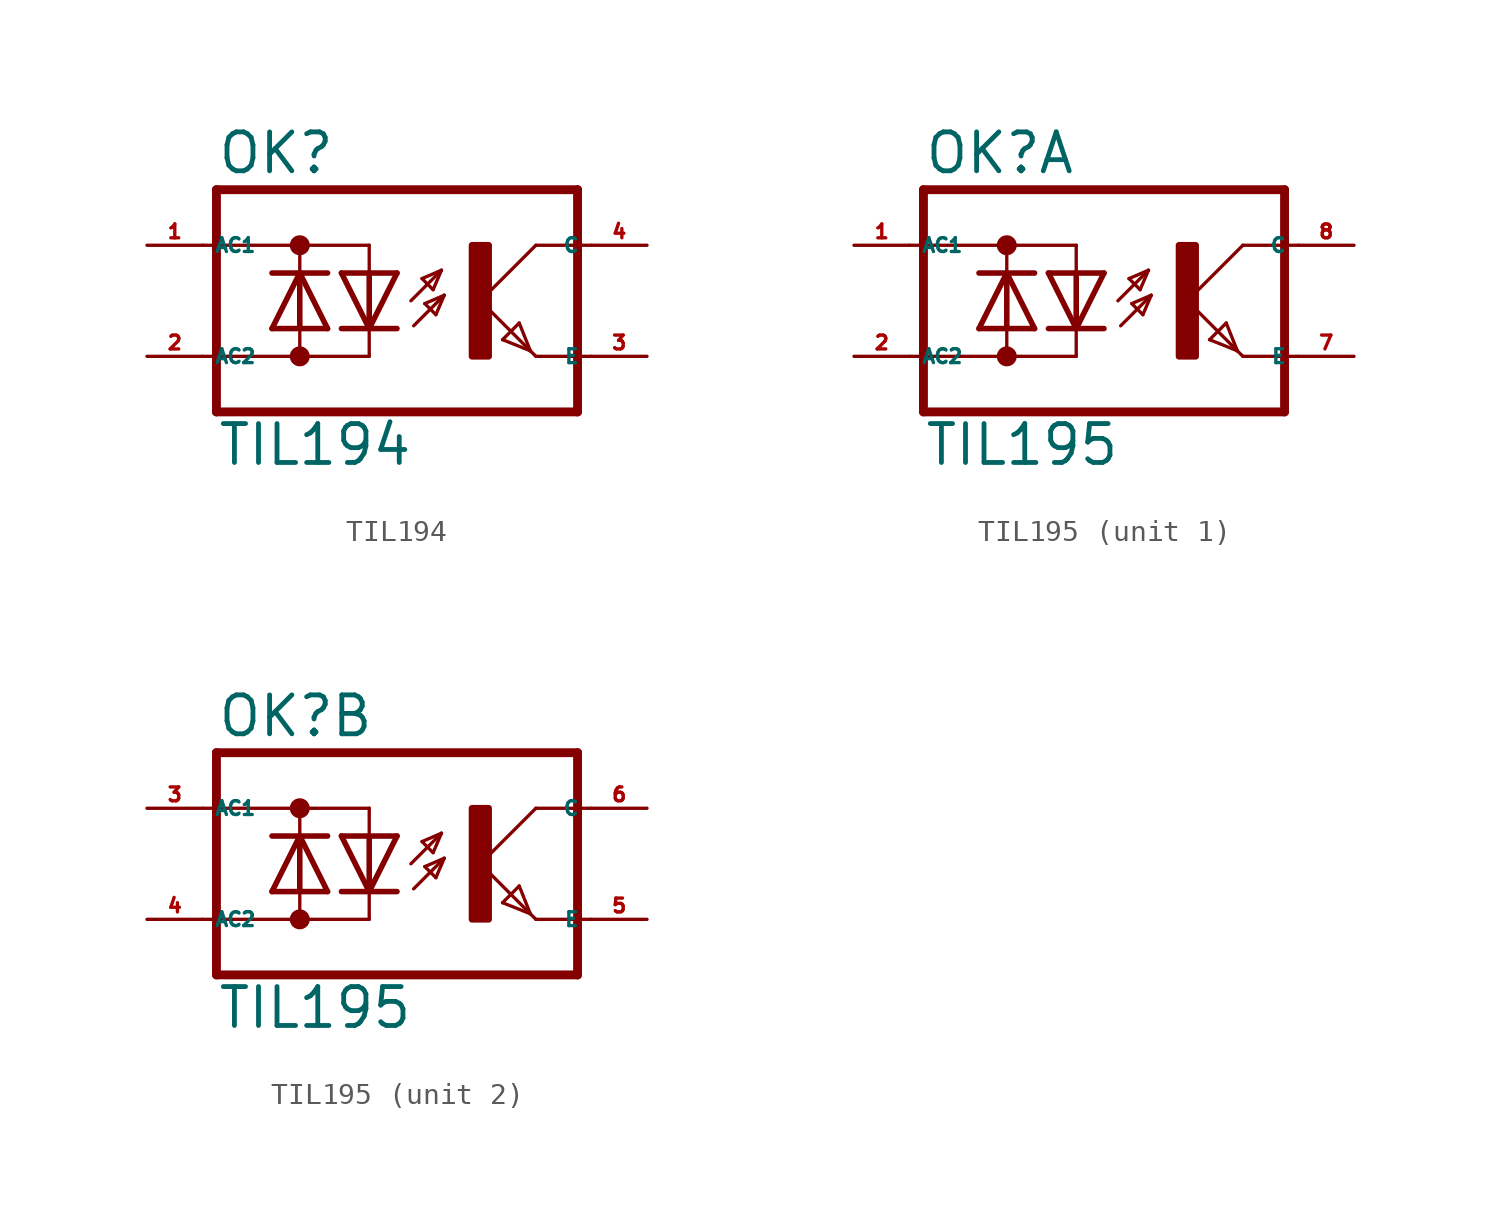
<source format=kicad_sym>
(kicad_symbol_lib
  (version 20220914)
  (generator kicad_symbol_editor)
  (symbol "TIL194"
    (property "Reference" "OK"
      (at -6.985 5.715 0)
      (effects (font (size 1.778 1.778) (thickness 0.22)) (justify left bottom)))
    (property "Value" "TIL194"
      (at -6.985 -7.62 0)
      (effects (font (size 1.778 1.778) (thickness 0.22)) (justify left bottom)))
    (symbol "TIL194_1_1"
      (circle (center -3.175 -2.54) (radius 0.254) (stroke (width 0.406) (type default)) (fill (type none)))
      (circle (center -3.175 2.54) (radius 0.254) (stroke (width 0.406) (type default)) (fill (type none)))
      (polyline (pts (xy -6.985 -5.08) (xy 9.525 -5.08)) (stroke (width 0.406) (type default)) (fill (type none)))
      (polyline (pts (xy -6.985 5.08) (xy -6.985 -5.08)) (stroke (width 0.406) (type default)) (fill (type none)))
      (polyline (pts (xy -6.985 5.08) (xy 9.525 5.08)) (stroke (width 0.406) (type default)) (fill (type none)))
      (polyline (pts (xy -4.445 -1.27) (xy -3.175 -1.27)) (stroke (width 0.254) (type default)) (fill (type none)))
      (polyline (pts (xy -4.445 -1.27) (xy -3.175 1.27)) (stroke (width 0.254) (type default)) (fill (type none)))
      (polyline (pts (xy -4.445 1.27) (xy -3.175 1.27)) (stroke (width 0.254) (type default)) (fill (type none)))
      (polyline (pts (xy -3.175 -2.54) (xy -7.62 -2.54)) (stroke (width 0.152) (type default)) (fill (type none)))
      (polyline (pts (xy -3.175 -2.54) (xy -3.175 -1.27)) (stroke (width 0.152) (type default)) (fill (type none)))
      (polyline (pts (xy -3.175 -2.54) (xy 0 -2.54)) (stroke (width 0.152) (type default)) (fill (type none)))
      (polyline (pts (xy -3.175 -1.27) (xy -3.175 1.27)) (stroke (width 0.254) (type default)) (fill (type none)))
      (polyline (pts (xy -3.175 -1.27) (xy -1.905 -1.27)) (stroke (width 0.254) (type default)) (fill (type none)))
      (polyline (pts (xy -3.175 1.27) (xy -1.905 -1.27)) (stroke (width 0.254) (type default)) (fill (type none)))
      (polyline (pts (xy -3.175 1.27) (xy -1.905 1.27)) (stroke (width 0.254) (type default)) (fill (type none)))
      (polyline (pts (xy -3.175 2.54) (xy -7.62 2.54)) (stroke (width 0.152) (type default)) (fill (type none)))
      (polyline (pts (xy -3.175 2.54) (xy -3.175 1.27)) (stroke (width 0.152) (type default)) (fill (type none)))
      (polyline (pts (xy -3.175 2.54) (xy 0 2.54)) (stroke (width 0.152) (type default)) (fill (type none)))
      (polyline (pts (xy 0 -2.54) (xy 0 -1.27)) (stroke (width 0.152) (type default)) (fill (type none)))
      (polyline (pts (xy 0 -1.27) (xy -1.27 -1.27)) (stroke (width 0.254) (type default)) (fill (type none)))
      (polyline (pts (xy 0 -1.27) (xy -1.27 1.27)) (stroke (width 0.254) (type default)) (fill (type none)))
      (polyline (pts (xy 0 1.27) (xy -1.27 1.27)) (stroke (width 0.254) (type default)) (fill (type none)))
      (polyline (pts (xy 0 1.27) (xy 0 -1.27)) (stroke (width 0.254) (type default)) (fill (type none)))
      (polyline (pts (xy 0 2.54) (xy 0 1.27)) (stroke (width 0.152) (type default)) (fill (type none)))
      (polyline (pts (xy 1.27 -1.27) (xy 0 -1.27)) (stroke (width 0.254) (type default)) (fill (type none)))
      (polyline (pts (xy 1.27 1.27) (xy 0 -1.27)) (stroke (width 0.254) (type default)) (fill (type none)))
      (polyline (pts (xy 1.27 1.27) (xy 0 1.27)) (stroke (width 0.254) (type default)) (fill (type none)))
      (polyline (pts (xy 1.905 0) (xy 3.302 1.397)) (stroke (width 0.152) (type default)) (fill (type none)))
      (polyline (pts (xy 2.032 -1.143) (xy 3.429 0.254)) (stroke (width 0.152) (type default)) (fill (type none)))
      (polyline (pts (xy 2.413 1.016) (xy 2.921 0.508)) (stroke (width 0.152) (type default)) (fill (type none)))
      (polyline (pts (xy 2.54 -0.127) (xy 3.048 -0.635)) (stroke (width 0.152) (type default)) (fill (type none)))
      (polyline (pts (xy 2.921 0.508) (xy 3.302 1.397)) (stroke (width 0.152) (type default)) (fill (type none)))
      (polyline (pts (xy 3.048 -0.635) (xy 3.429 0.254)) (stroke (width 0.152) (type default)) (fill (type none)))
      (polyline (pts (xy 3.302 1.397) (xy 2.413 1.016)) (stroke (width 0.152) (type default)) (fill (type none)))
      (polyline (pts (xy 3.429 0.254) (xy 2.54 -0.127)) (stroke (width 0.152) (type default)) (fill (type none)))
      (polyline (pts (xy 5.08 0) (xy 7.366 -2.286)) (stroke (width 0.152) (type default)) (fill (type none)))
      (polyline (pts (xy 6.096 -1.778) (xy 6.858 -1.016)) (stroke (width 0.152) (type default)) (fill (type none)))
      (polyline (pts (xy 6.858 -1.016) (xy 7.366 -2.286)) (stroke (width 0.152) (type default)) (fill (type none)))
      (polyline (pts (xy 7.366 -2.286) (xy 6.096 -1.778)) (stroke (width 0.152) (type default)) (fill (type none)))
      (polyline (pts (xy 7.366 -2.286) (xy 7.62 -2.54)) (stroke (width 0.152) (type default)) (fill (type none)))
      (polyline (pts (xy 7.62 -2.54) (xy 10.16 -2.54)) (stroke (width 0.152) (type default)) (fill (type none)))
      (polyline (pts (xy 7.62 2.54) (xy 5.08 0)) (stroke (width 0.152) (type default)) (fill (type none)))
      (polyline (pts (xy 7.62 2.54) (xy 10.16 2.54)) (stroke (width 0.152) (type default)) (fill (type none)))
      (polyline (pts (xy 9.525 5.08) (xy 9.525 -5.08)) (stroke (width 0.406) (type default)) (fill (type none)))
      (rectangle (start 4.699 -2.54) (end 5.461 2.54) (stroke (width 0.3) (type default)) (fill (type outline)))
      (pin passive line (at -10.16 2.54 0) (length 2.54) (name "AC1" (effects (font (size 0.635 0.635)))) (number "1" (effects (font (size 0.635 0.635)))))
      (pin passive line (at -10.16 -2.54 0) (length 2.54) (name "AC2" (effects (font (size 0.635 0.635)))) (number "2" (effects (font (size 0.635 0.635)))))
      (pin passive line (at 12.7 -2.54 180) (length 2.54) (name "E" (effects (font (size 0.635 0.635)))) (number "3" (effects (font (size 0.635 0.635)))))
      (pin passive line (at 12.7 2.54 180) (length 2.54) (name "C" (effects (font (size 0.635 0.635)))) (number "4" (effects (font (size 0.635 0.635)))))))
  (symbol "TIL195"
    (property "Reference" "OK"
      (at -6.985 5.715 0)
      (effects (font (size 1.778 1.778) (thickness 0.22)) (justify left bottom)))
    (property "Value" "TIL195"
      (at -6.985 -7.62 0)
      (effects (font (size 1.778 1.778) (thickness 0.22)) (justify left bottom)))
    (symbol "TIL195_1_0"
      (circle (center -3.175 -2.54) (radius 0.254) (stroke (width 0.406) (type default)) (fill (type none)))
      (circle (center -3.175 2.54) (radius 0.254) (stroke (width 0.406) (type default)) (fill (type none)))
      (polyline (pts (xy -6.985 -5.08) (xy 9.525 -5.08)) (stroke (width 0.406) (type default)) (fill (type none)))
      (polyline (pts (xy -6.985 5.08) (xy -6.985 -5.08)) (stroke (width 0.406) (type default)) (fill (type none)))
      (polyline (pts (xy -6.985 5.08) (xy 9.525 5.08)) (stroke (width 0.406) (type default)) (fill (type none)))
      (polyline (pts (xy -4.445 -1.27) (xy -3.175 -1.27)) (stroke (width 0.254) (type default)) (fill (type none)))
      (polyline (pts (xy -4.445 -1.27) (xy -3.175 1.27)) (stroke (width 0.254) (type default)) (fill (type none)))
      (polyline (pts (xy -4.445 1.27) (xy -3.175 1.27)) (stroke (width 0.254) (type default)) (fill (type none)))
      (polyline (pts (xy -3.175 -2.54) (xy -7.62 -2.54)) (stroke (width 0.152) (type default)) (fill (type none)))
      (polyline (pts (xy -3.175 -2.54) (xy -3.175 -1.27)) (stroke (width 0.152) (type default)) (fill (type none)))
      (polyline (pts (xy -3.175 -2.54) (xy 0 -2.54)) (stroke (width 0.152) (type default)) (fill (type none)))
      (polyline (pts (xy -3.175 -1.27) (xy -3.175 1.27)) (stroke (width 0.254) (type default)) (fill (type none)))
      (polyline (pts (xy -3.175 -1.27) (xy -1.905 -1.27)) (stroke (width 0.254) (type default)) (fill (type none)))
      (polyline (pts (xy -3.175 1.27) (xy -1.905 -1.27)) (stroke (width 0.254) (type default)) (fill (type none)))
      (polyline (pts (xy -3.175 1.27) (xy -1.905 1.27)) (stroke (width 0.254) (type default)) (fill (type none)))
      (polyline (pts (xy -3.175 2.54) (xy -7.62 2.54)) (stroke (width 0.152) (type default)) (fill (type none)))
      (polyline (pts (xy -3.175 2.54) (xy -3.175 1.27)) (stroke (width 0.152) (type default)) (fill (type none)))
      (polyline (pts (xy -3.175 2.54) (xy 0 2.54)) (stroke (width 0.152) (type default)) (fill (type none)))
      (polyline (pts (xy 0 -2.54) (xy 0 -1.27)) (stroke (width 0.152) (type default)) (fill (type none)))
      (polyline (pts (xy 0 -1.27) (xy -1.27 -1.27)) (stroke (width 0.254) (type default)) (fill (type none)))
      (polyline (pts (xy 0 -1.27) (xy -1.27 1.27)) (stroke (width 0.254) (type default)) (fill (type none)))
      (polyline (pts (xy 0 1.27) (xy -1.27 1.27)) (stroke (width 0.254) (type default)) (fill (type none)))
      (polyline (pts (xy 0 1.27) (xy 0 -1.27)) (stroke (width 0.254) (type default)) (fill (type none)))
      (polyline (pts (xy 0 2.54) (xy 0 1.27)) (stroke (width 0.152) (type default)) (fill (type none)))
      (polyline (pts (xy 1.27 -1.27) (xy 0 -1.27)) (stroke (width 0.254) (type default)) (fill (type none)))
      (polyline (pts (xy 1.27 1.27) (xy 0 -1.27)) (stroke (width 0.254) (type default)) (fill (type none)))
      (polyline (pts (xy 1.27 1.27) (xy 0 1.27)) (stroke (width 0.254) (type default)) (fill (type none)))
      (polyline (pts (xy 1.905 0) (xy 3.302 1.397)) (stroke (width 0.152) (type default)) (fill (type none)))
      (polyline (pts (xy 2.032 -1.143) (xy 3.429 0.254)) (stroke (width 0.152) (type default)) (fill (type none)))
      (polyline (pts (xy 2.413 1.016) (xy 2.921 0.508)) (stroke (width 0.152) (type default)) (fill (type none)))
      (polyline (pts (xy 2.54 -0.127) (xy 3.048 -0.635)) (stroke (width 0.152) (type default)) (fill (type none)))
      (polyline (pts (xy 2.921 0.508) (xy 3.302 1.397)) (stroke (width 0.152) (type default)) (fill (type none)))
      (polyline (pts (xy 3.048 -0.635) (xy 3.429 0.254)) (stroke (width 0.152) (type default)) (fill (type none)))
      (polyline (pts (xy 3.302 1.397) (xy 2.413 1.016)) (stroke (width 0.152) (type default)) (fill (type none)))
      (polyline (pts (xy 3.429 0.254) (xy 2.54 -0.127)) (stroke (width 0.152) (type default)) (fill (type none)))
      (polyline (pts (xy 5.08 0) (xy 7.366 -2.286)) (stroke (width 0.152) (type default)) (fill (type none)))
      (polyline (pts (xy 6.096 -1.778) (xy 6.858 -1.016)) (stroke (width 0.152) (type default)) (fill (type none)))
      (polyline (pts (xy 6.858 -1.016) (xy 7.366 -2.286)) (stroke (width 0.152) (type default)) (fill (type none)))
      (polyline (pts (xy 7.366 -2.286) (xy 6.096 -1.778)) (stroke (width 0.152) (type default)) (fill (type none)))
      (polyline (pts (xy 7.366 -2.286) (xy 7.62 -2.54)) (stroke (width 0.152) (type default)) (fill (type none)))
      (polyline (pts (xy 7.62 -2.54) (xy 10.16 -2.54)) (stroke (width 0.152) (type default)) (fill (type none)))
      (polyline (pts (xy 7.62 2.54) (xy 5.08 0)) (stroke (width 0.152) (type default)) (fill (type none)))
      (polyline (pts (xy 7.62 2.54) (xy 10.16 2.54)) (stroke (width 0.152) (type default)) (fill (type none)))
      (polyline (pts (xy 9.525 5.08) (xy 9.525 -5.08)) (stroke (width 0.406) (type default)) (fill (type none)))
      (rectangle (start 4.699 -2.54) (end 5.461 2.54) (stroke (width 0.3) (type default)) (fill (type outline)))
      (pin passive line (at -10.16 2.54 0) (length 2.54) (name "AC1" (effects (font (size 0.635 0.635)))) (number "1" (effects (font (size 0.635 0.635)))))
      (pin passive line (at -10.16 -2.54 0) (length 2.54) (name "AC2" (effects (font (size 0.635 0.635)))) (number "2" (effects (font (size 0.635 0.635)))))
      (pin passive line (at 12.7 -2.54 180) (length 2.54) (name "E" (effects (font (size 0.635 0.635)))) (number "7" (effects (font (size 0.635 0.635)))))
      (pin passive line (at 12.7 2.54 180) (length 2.54) (name "C" (effects (font (size 0.635 0.635)))) (number "8" (effects (font (size 0.635 0.635))))))
    (symbol "TIL195_2_0"
      (circle (center -3.175 -2.54) (radius 0.254) (stroke (width 0.406) (type default)) (fill (type none)))
      (circle (center -3.175 2.54) (radius 0.254) (stroke (width 0.406) (type default)) (fill (type none)))
      (polyline (pts (xy -6.985 -5.08) (xy 9.525 -5.08)) (stroke (width 0.406) (type default)) (fill (type none)))
      (polyline (pts (xy -6.985 5.08) (xy -6.985 -5.08)) (stroke (width 0.406) (type default)) (fill (type none)))
      (polyline (pts (xy -6.985 5.08) (xy 9.525 5.08)) (stroke (width 0.406) (type default)) (fill (type none)))
      (polyline (pts (xy -4.445 -1.27) (xy -3.175 -1.27)) (stroke (width 0.254) (type default)) (fill (type none)))
      (polyline (pts (xy -4.445 -1.27) (xy -3.175 1.27)) (stroke (width 0.254) (type default)) (fill (type none)))
      (polyline (pts (xy -4.445 1.27) (xy -3.175 1.27)) (stroke (width 0.254) (type default)) (fill (type none)))
      (polyline (pts (xy -3.175 -2.54) (xy -7.62 -2.54)) (stroke (width 0.152) (type default)) (fill (type none)))
      (polyline (pts (xy -3.175 -2.54) (xy -3.175 -1.27)) (stroke (width 0.152) (type default)) (fill (type none)))
      (polyline (pts (xy -3.175 -2.54) (xy 0 -2.54)) (stroke (width 0.152) (type default)) (fill (type none)))
      (polyline (pts (xy -3.175 -1.27) (xy -3.175 1.27)) (stroke (width 0.254) (type default)) (fill (type none)))
      (polyline (pts (xy -3.175 -1.27) (xy -1.905 -1.27)) (stroke (width 0.254) (type default)) (fill (type none)))
      (polyline (pts (xy -3.175 1.27) (xy -1.905 -1.27)) (stroke (width 0.254) (type default)) (fill (type none)))
      (polyline (pts (xy -3.175 1.27) (xy -1.905 1.27)) (stroke (width 0.254) (type default)) (fill (type none)))
      (polyline (pts (xy -3.175 2.54) (xy -7.62 2.54)) (stroke (width 0.152) (type default)) (fill (type none)))
      (polyline (pts (xy -3.175 2.54) (xy -3.175 1.27)) (stroke (width 0.152) (type default)) (fill (type none)))
      (polyline (pts (xy -3.175 2.54) (xy 0 2.54)) (stroke (width 0.152) (type default)) (fill (type none)))
      (polyline (pts (xy 0 -2.54) (xy 0 -1.27)) (stroke (width 0.152) (type default)) (fill (type none)))
      (polyline (pts (xy 0 -1.27) (xy -1.27 -1.27)) (stroke (width 0.254) (type default)) (fill (type none)))
      (polyline (pts (xy 0 -1.27) (xy -1.27 1.27)) (stroke (width 0.254) (type default)) (fill (type none)))
      (polyline (pts (xy 0 1.27) (xy -1.27 1.27)) (stroke (width 0.254) (type default)) (fill (type none)))
      (polyline (pts (xy 0 1.27) (xy 0 -1.27)) (stroke (width 0.254) (type default)) (fill (type none)))
      (polyline (pts (xy 0 2.54) (xy 0 1.27)) (stroke (width 0.152) (type default)) (fill (type none)))
      (polyline (pts (xy 1.27 -1.27) (xy 0 -1.27)) (stroke (width 0.254) (type default)) (fill (type none)))
      (polyline (pts (xy 1.27 1.27) (xy 0 -1.27)) (stroke (width 0.254) (type default)) (fill (type none)))
      (polyline (pts (xy 1.27 1.27) (xy 0 1.27)) (stroke (width 0.254) (type default)) (fill (type none)))
      (polyline (pts (xy 1.905 0) (xy 3.302 1.397)) (stroke (width 0.152) (type default)) (fill (type none)))
      (polyline (pts (xy 2.032 -1.143) (xy 3.429 0.254)) (stroke (width 0.152) (type default)) (fill (type none)))
      (polyline (pts (xy 2.413 1.016) (xy 2.921 0.508)) (stroke (width 0.152) (type default)) (fill (type none)))
      (polyline (pts (xy 2.54 -0.127) (xy 3.048 -0.635)) (stroke (width 0.152) (type default)) (fill (type none)))
      (polyline (pts (xy 2.921 0.508) (xy 3.302 1.397)) (stroke (width 0.152) (type default)) (fill (type none)))
      (polyline (pts (xy 3.048 -0.635) (xy 3.429 0.254)) (stroke (width 0.152) (type default)) (fill (type none)))
      (polyline (pts (xy 3.302 1.397) (xy 2.413 1.016)) (stroke (width 0.152) (type default)) (fill (type none)))
      (polyline (pts (xy 3.429 0.254) (xy 2.54 -0.127)) (stroke (width 0.152) (type default)) (fill (type none)))
      (polyline (pts (xy 5.08 0) (xy 7.366 -2.286)) (stroke (width 0.152) (type default)) (fill (type none)))
      (polyline (pts (xy 6.096 -1.778) (xy 6.858 -1.016)) (stroke (width 0.152) (type default)) (fill (type none)))
      (polyline (pts (xy 6.858 -1.016) (xy 7.366 -2.286)) (stroke (width 0.152) (type default)) (fill (type none)))
      (polyline (pts (xy 7.366 -2.286) (xy 6.096 -1.778)) (stroke (width 0.152) (type default)) (fill (type none)))
      (polyline (pts (xy 7.366 -2.286) (xy 7.62 -2.54)) (stroke (width 0.152) (type default)) (fill (type none)))
      (polyline (pts (xy 7.62 -2.54) (xy 10.16 -2.54)) (stroke (width 0.152) (type default)) (fill (type none)))
      (polyline (pts (xy 7.62 2.54) (xy 5.08 0)) (stroke (width 0.152) (type default)) (fill (type none)))
      (polyline (pts (xy 7.62 2.54) (xy 10.16 2.54)) (stroke (width 0.152) (type default)) (fill (type none)))
      (polyline (pts (xy 9.525 5.08) (xy 9.525 -5.08)) (stroke (width 0.406) (type default)) (fill (type none)))
      (rectangle (start 4.699 -2.54) (end 5.461 2.54) (stroke (width 0.3) (type default)) (fill (type outline)))
      (pin passive line (at -10.16 2.54 0) (length 2.54) (name "AC1" (effects (font (size 0.635 0.635)))) (number "3" (effects (font (size 0.635 0.635)))))
      (pin passive line (at -10.16 -2.54 0) (length 2.54) (name "AC2" (effects (font (size 0.635 0.635)))) (number "4" (effects (font (size 0.635 0.635)))))
      (pin passive line (at 12.7 -2.54 180) (length 2.54) (name "E" (effects (font (size 0.635 0.635)))) (number "5" (effects (font (size 0.635 0.635)))))
      (pin passive line (at 12.7 2.54 180) (length 2.54) (name "C" (effects (font (size 0.635 0.635)))) (number "6" (effects (font (size 0.635 0.635))))))))
</source>
